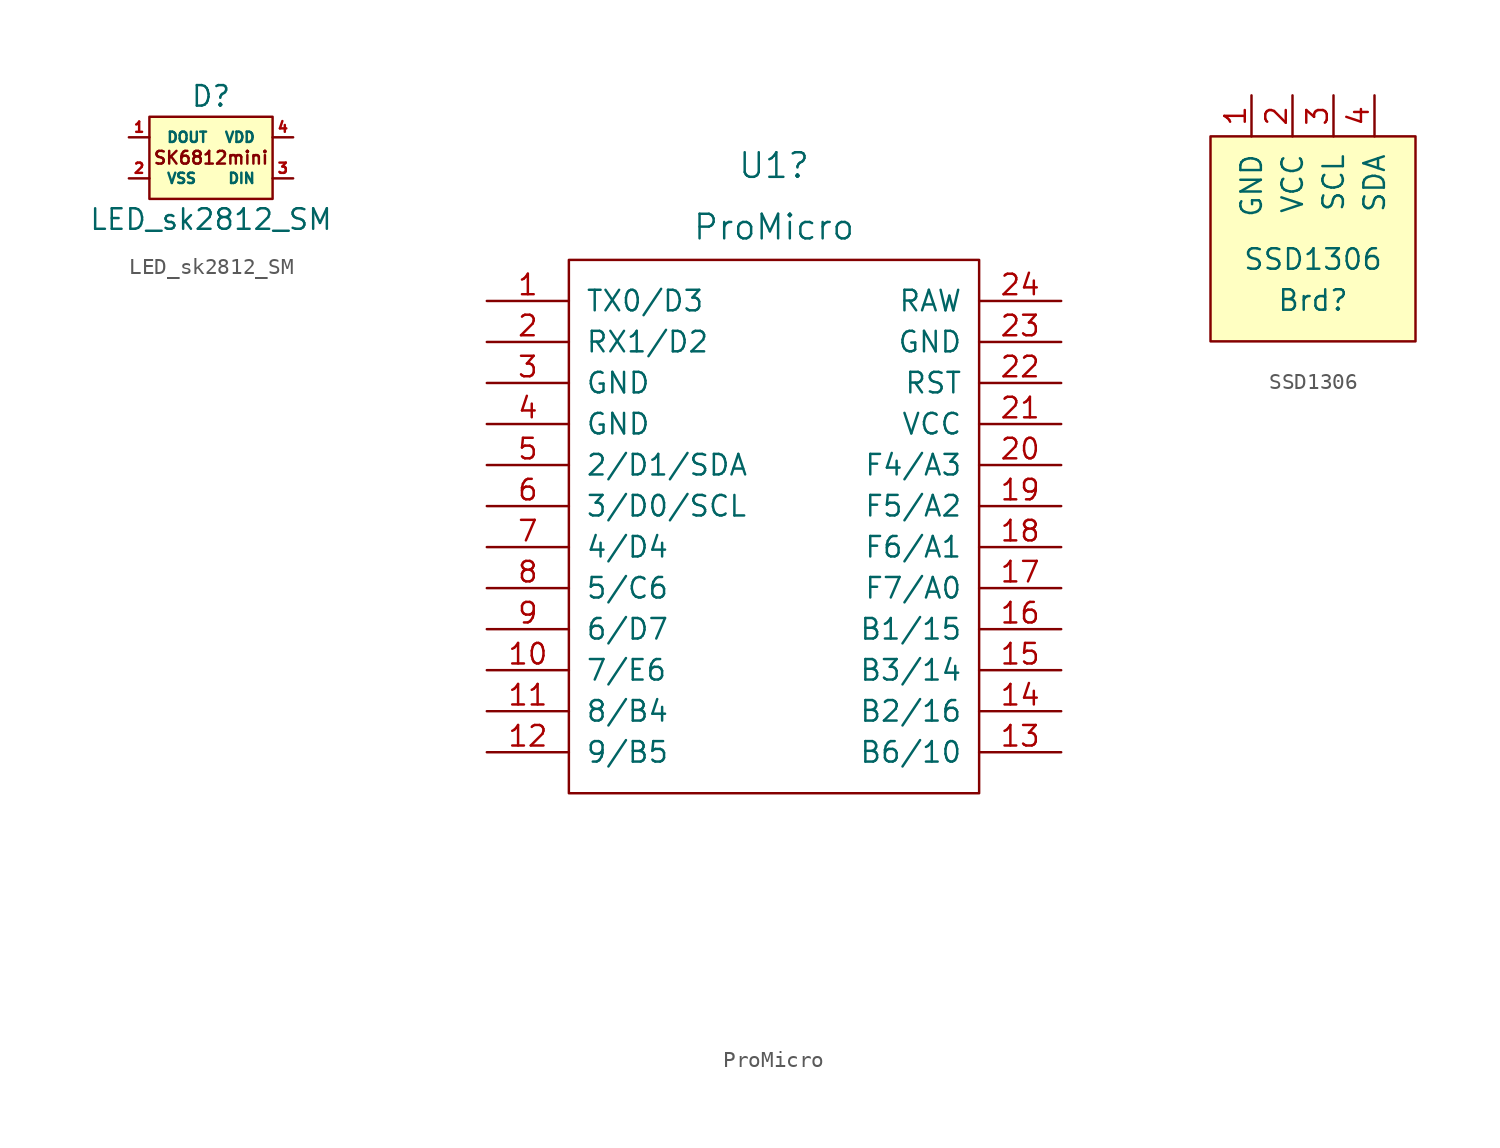
<source format=kicad_sym>
(kicad_symbol_lib
  (version 20211014)
  (generator kicad_symbol_editor)
  (symbol "LED_sk2812_SM"
    (pin_names
      (offset 1.016))
    (property "Reference" "D"
      (at 0 3.81 0)
      (effects (font (size 1.27 1.27))))
    (property "Value" "LED_sk2812_SM"
      (at 0 -3.81 0)
      (effects (font (size 1.27 1.27))))
    (symbol "LED_sk2812_SM_1_1"
      (rectangle (start 3.81 -2.54) (end -3.81 2.54) (stroke (width 0) (type default) (color 0 0 0 0)) (fill (type background)))
      (text "SK6812mini" (at 0 0 0) (effects (font (size 0.787 0.787))))
      (pin output line (at -5.08 1.27 0) (length 1.27) (name "DOUT" (effects (font (size 0.635 0.635)))) (number "1" (effects (font (size 0.635 0.635)))))
      (pin power_in line (at -5.08 -1.27 0) (length 1.27) (name "VSS" (effects (font (size 0.635 0.635)))) (number "2" (effects (font (size 0.635 0.635)))))
      (pin input line (at 5.08 -1.27 180) (length 1.27) (name "DIN" (effects (font (size 0.635 0.635)))) (number "3" (effects (font (size 0.635 0.635)))))
      (pin power_in line (at 5.08 1.27 180) (length 1.27) (name "VDD" (effects (font (size 0.635 0.635)))) (number "4" (effects (font (size 0.635 0.635)))))))
  (symbol "ProMicro"
    (pin_names
      (offset 1.016))
    (property "Reference" "U1"
      (at 0 22.352 0)
      (effects (font (size 1.524 1.524))))
    (property "Value" "ProMicro"
      (at 0 18.542 0)
      (effects (font (size 1.524 1.524))))
    (property "Datasheet" ""
      (at 2.54 -26.67 0)
      (effects (font (size 1.524 1.524))))
    (symbol "ProMicro_0_1"
      (rectangle (start -12.7 16.51) (end 12.7 -16.51) (stroke (width 0) (type default) (color 0 0 0 0)) (fill (type none))))
    (symbol "ProMicro_1_1"
      (pin bidirectional line (at -17.78 13.97 0) (length 5.08) (name "TX0/D3" (effects (font (size 1.27 1.27)))) (number "1" (effects (font (size 1.27 1.27)))))
      (pin bidirectional line (at -17.78 -8.89 0) (length 5.08) (name "7/E6" (effects (font (size 1.27 1.27)))) (number "10" (effects (font (size 1.27 1.27)))))
      (pin bidirectional line (at -17.78 -11.43 0) (length 5.08) (name "8/B4" (effects (font (size 1.27 1.27)))) (number "11" (effects (font (size 1.27 1.27)))))
      (pin bidirectional line (at -17.78 -13.97 0) (length 5.08) (name "9/B5" (effects (font (size 1.27 1.27)))) (number "12" (effects (font (size 1.27 1.27)))))
      (pin bidirectional line (at 17.78 -13.97 180) (length 5.08) (name "B6/10" (effects (font (size 1.27 1.27)))) (number "13" (effects (font (size 1.27 1.27)))))
      (pin bidirectional line (at 17.78 -11.43 180) (length 5.08) (name "B2/16" (effects (font (size 1.27 1.27)))) (number "14" (effects (font (size 1.27 1.27)))))
      (pin bidirectional line (at 17.78 -8.89 180) (length 5.08) (name "B3/14" (effects (font (size 1.27 1.27)))) (number "15" (effects (font (size 1.27 1.27)))))
      (pin bidirectional line (at 17.78 -6.35 180) (length 5.08) (name "B1/15" (effects (font (size 1.27 1.27)))) (number "16" (effects (font (size 1.27 1.27)))))
      (pin bidirectional line (at 17.78 -3.81 180) (length 5.08) (name "F7/A0" (effects (font (size 1.27 1.27)))) (number "17" (effects (font (size 1.27 1.27)))))
      (pin bidirectional line (at 17.78 -1.27 180) (length 5.08) (name "F6/A1" (effects (font (size 1.27 1.27)))) (number "18" (effects (font (size 1.27 1.27)))))
      (pin bidirectional line (at 17.78 1.27 180) (length 5.08) (name "F5/A2" (effects (font (size 1.27 1.27)))) (number "19" (effects (font (size 1.27 1.27)))))
      (pin bidirectional line (at -17.78 11.43 0) (length 5.08) (name "RX1/D2" (effects (font (size 1.27 1.27)))) (number "2" (effects (font (size 1.27 1.27)))))
      (pin bidirectional line (at 17.78 3.81 180) (length 5.08) (name "F4/A3" (effects (font (size 1.27 1.27)))) (number "20" (effects (font (size 1.27 1.27)))))
      (pin power_in line (at 17.78 6.35 180) (length 5.08) (name "VCC" (effects (font (size 1.27 1.27)))) (number "21" (effects (font (size 1.27 1.27)))))
      (pin input line (at 17.78 8.89 180) (length 5.08) (name "RST" (effects (font (size 1.27 1.27)))) (number "22" (effects (font (size 1.27 1.27)))))
      (pin power_in line (at 17.78 11.43 180) (length 5.08) (name "GND" (effects (font (size 1.27 1.27)))) (number "23" (effects (font (size 1.27 1.27)))))
      (pin power_out line (at 17.78 13.97 180) (length 5.08) (name "RAW" (effects (font (size 1.27 1.27)))) (number "24" (effects (font (size 1.27 1.27)))))
      (pin power_in line (at -17.78 8.89 0) (length 5.08) (name "GND" (effects (font (size 1.27 1.27)))) (number "3" (effects (font (size 1.27 1.27)))))
      (pin power_in line (at -17.78 6.35 0) (length 5.08) (name "GND" (effects (font (size 1.27 1.27)))) (number "4" (effects (font (size 1.27 1.27)))))
      (pin bidirectional line (at -17.78 3.81 0) (length 5.08) (name "2/D1/SDA" (effects (font (size 1.27 1.27)))) (number "5" (effects (font (size 1.27 1.27)))))
      (pin bidirectional line (at -17.78 1.27 0) (length 5.08) (name "3/D0/SCL" (effects (font (size 1.27 1.27)))) (number "6" (effects (font (size 1.27 1.27)))))
      (pin bidirectional line (at -17.78 -1.27 0) (length 5.08) (name "4/D4" (effects (font (size 1.27 1.27)))) (number "7" (effects (font (size 1.27 1.27)))))
      (pin bidirectional line (at -17.78 -3.81 0) (length 5.08) (name "5/C6" (effects (font (size 1.27 1.27)))) (number "8" (effects (font (size 1.27 1.27)))))
      (pin bidirectional line (at -17.78 -6.35 0) (length 5.08) (name "6/D7" (effects (font (size 1.27 1.27)))) (number "9" (effects (font (size 1.27 1.27)))))))
  (symbol "SSD1306"
    (pin_names
      (offset 1.016))
    (property "Reference" "Brd"
      (at 0 -3.81 0)
      (effects (font (size 1.27 1.27))))
    (property "Value" "SSD1306"
      (at 0 -1.27 0)
      (effects (font (size 1.27 1.27))))
    (symbol "SSD1306_0_1"
      (rectangle (start -6.35 6.35) (end 6.35 -6.35) (stroke (width 0) (type default) (color 0 0 0 0)) (fill (type background))))
    (symbol "SSD1306_1_1"
      (pin input line (at -3.81 8.89 270) (length 2.54) (name "GND" (effects (font (size 1.27 1.27)))) (number "1" (effects (font (size 1.27 1.27)))))
      (pin input line (at -1.27 8.89 270) (length 2.54) (name "VCC" (effects (font (size 1.27 1.27)))) (number "2" (effects (font (size 1.27 1.27)))))
      (pin input line (at 1.27 8.89 270) (length 2.54) (name "SCL" (effects (font (size 1.27 1.27)))) (number "3" (effects (font (size 1.27 1.27)))))
      (pin input line (at 3.81 8.89 270) (length 2.54) (name "SDA" (effects (font (size 1.27 1.27)))) (number "4" (effects (font (size 1.27 1.27))))))))
</source>
